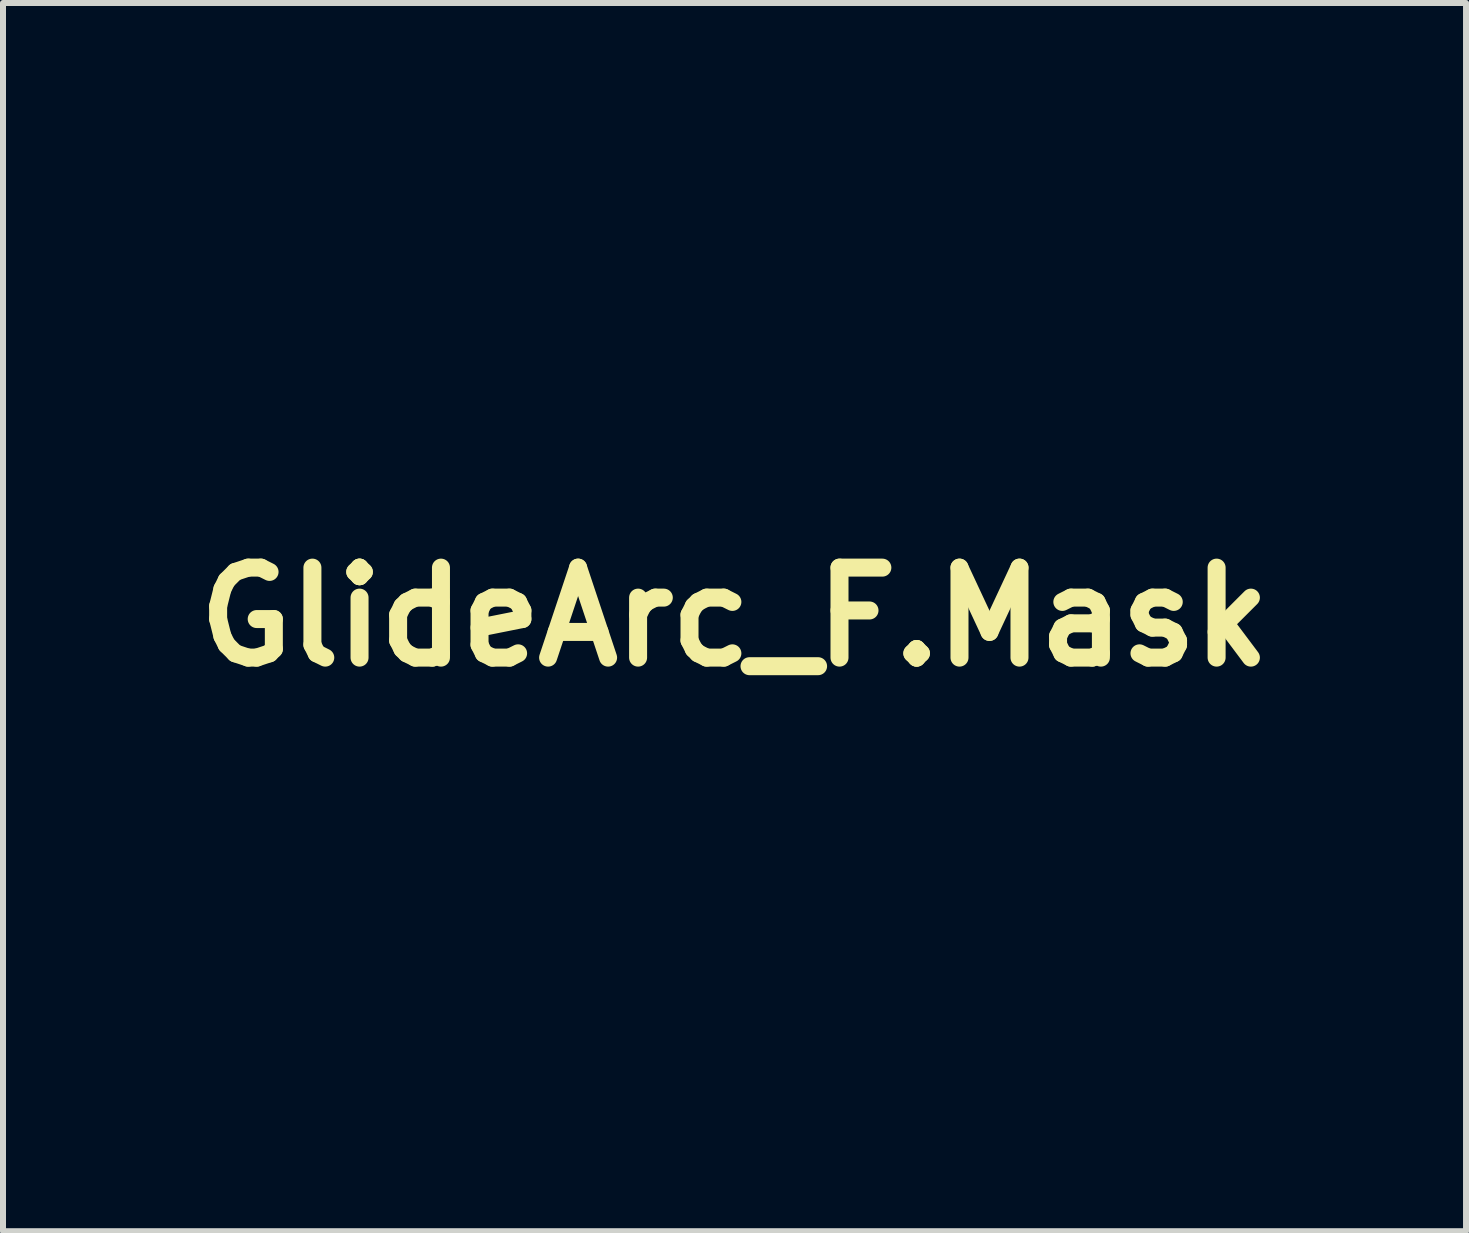
<source format=kicad_pcb>
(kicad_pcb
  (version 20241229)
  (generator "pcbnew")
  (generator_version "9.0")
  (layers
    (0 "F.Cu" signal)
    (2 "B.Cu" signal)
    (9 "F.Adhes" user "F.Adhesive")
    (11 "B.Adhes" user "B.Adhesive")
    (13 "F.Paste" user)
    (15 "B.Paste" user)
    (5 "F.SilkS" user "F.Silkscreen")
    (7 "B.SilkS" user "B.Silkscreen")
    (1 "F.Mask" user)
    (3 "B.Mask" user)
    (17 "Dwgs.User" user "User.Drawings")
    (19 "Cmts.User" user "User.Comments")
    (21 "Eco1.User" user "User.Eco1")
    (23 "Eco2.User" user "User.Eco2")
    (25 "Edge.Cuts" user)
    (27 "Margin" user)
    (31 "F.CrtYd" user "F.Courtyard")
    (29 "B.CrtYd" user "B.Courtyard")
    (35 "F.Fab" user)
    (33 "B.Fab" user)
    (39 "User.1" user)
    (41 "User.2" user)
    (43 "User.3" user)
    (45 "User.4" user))
  (footprint "GlideArc_F.Mask"
    (layer "F.Cu")
    (at 9.193 7.233)
    (property "Reference" "GlideArc_F.Mask" (at 0 0 0) (layer "F.SilkS") (effects (font (size 1.5 1.5) (thickness 0.3))))
    (attr board_only exclude_from_pos_files exclude_from_bom)
    (fp_poly (pts (xy 1.511 -7.191) (xy 1.785 -7.148) (xy 1.994 -7.108) (xy 2.098 -7.079) (xy 2.102 -7.077) (xy 2.107 -6.99) (xy 2.083 -6.8) (xy 2.052 -6.626) (xy 2.01 -6.245) (xy 2.068 -5.95) (xy 2.242 -5.708) (xy 2.548 -5.489) (xy 2.651 -5.432) (xy 3.112 -5.186) (xy 3.269 -5.453) (xy 3.534 -5.775) (xy 3.862 -5.962) (xy 4.234 -6.008) (xy 4.62 -5.914) (xy 4.865 -5.792) (xy 5.118 -5.633) (xy 5.343 -5.465) (xy 5.505 -5.315) (xy 5.568 -5.208) (xy 5.568 -5.207) (xy 5.525 -5.083) (xy 5.416 -4.903) (xy 5.371 -4.841) (xy 5.176 -4.494) (xy 5.126 -4.143) (xy 5.221 -3.777) (xy 5.464 -3.387) (xy 5.512 -3.326) (xy 5.638 -3.186) (xy 5.729 -3.151) (xy 5.847 -3.207) (xy 5.888 -3.233) (xy 6.19 -3.362) (xy 6.539 -3.409) (xy 6.873 -3.37) (xy 7.072 -3.287) (xy 7.338 -3.053) (xy 7.594 -2.705) (xy 7.81 -2.283) (xy 7.815 -2.272) (xy 7.933 -1.988) (xy 7.526 -1.728) (xy 7.181 -1.458) (xy 6.976 -1.169) (xy 6.897 -0.835) (xy 6.917 -0.512) (xy 6.98 -0.116) (xy 7.384 -0.058) (xy 7.81 0.035) (xy 8.118 0.186) (xy 8.324 0.415) (xy 8.444 0.743) (xy 8.494 1.19) (xy 8.498 1.334) (xy 8.505 1.943) (xy 8.118 1.991) (xy 7.66 2.088) (xy 7.324 2.254) (xy 7.093 2.5) (xy 7.028 2.62) (xy 6.896 2.911) (xy 6.836 3.101) (xy 6.847 3.225) (xy 6.933 3.316) (xy 7.065 3.394) (xy 7.415 3.653) (xy 7.643 3.977) (xy 7.735 4.348) (xy 7.736 4.418) (xy 7.704 4.65) (xy 7.625 4.923) (xy 7.517 5.198) (xy 7.397 5.435) (xy 7.282 5.597) (xy 7.202 5.644) (xy 7.082 5.626) (xy 6.864 5.58) (xy 6.635 5.524) (xy 6.352 5.467) (xy 6.099 5.443) (xy 5.961 5.452) (xy 5.806 5.53) (xy 5.593 5.685) (xy 5.368 5.885) (xy 5.366 5.887) (xy 5.111 6.111) (xy 4.931 6.208) (xy 4.829 6.177) (xy 4.805 6.067) (xy 4.862 5.956) (xy 5.009 5.791) (xy 5.21 5.603) (xy 5.43 5.422) (xy 5.632 5.282) (xy 5.775 5.214) (xy 5.976 5.196) (xy 6.272 5.208) (xy 6.61 5.246) (xy 6.937 5.305) (xy 6.948 5.307) (xy 7.068 5.319) (xy 7.155 5.268) (xy 7.242 5.122) (xy 7.31 4.969) (xy 7.405 4.714) (xy 7.464 4.485) (xy 7.475 4.391) (xy 7.416 4.199) (xy 7.263 3.97) (xy 7.053 3.745) (xy 6.823 3.567) (xy 6.706 3.506) (xy 6.586 3.445) (xy 6.523 3.367) (xy 6.516 3.242) (xy 6.568 3.044) (xy 6.679 2.745) (xy 6.737 2.596) (xy 6.925 2.246) (xy 7.182 1.997) (xy 7.537 1.829) (xy 7.831 1.752) (xy 8.255 1.664) (xy 8.224 1.178) (xy 8.166 0.798) (xy 8.035 0.526) (xy 7.814 0.345) (xy 7.483 0.241) (xy 7.026 0.199) (xy 7.024 0.199) (xy 6.848 0.181) (xy 6.759 0.112) (xy 6.71 -0.053) (xy 6.699 -0.114) (xy 6.649 -0.545) (xy 6.651 -0.939) (xy 6.703 -1.254) (xy 6.747 -1.365) (xy 6.873 -1.547) (xy 7.063 -1.753) (xy 7.269 -1.938) (xy 7.444 -2.059) (xy 7.48 -2.074) (xy 7.503 -2.15) (xy 7.455 -2.311) (xy 7.355 -2.517) (xy 7.225 -2.732) (xy 7.084 -2.918) (xy 6.96 -3.032) (xy 6.728 -3.108) (xy 6.43 -3.105) (xy 6.129 -3.03) (xy 5.907 -2.909) (xy 5.75 -2.799) (xy 5.644 -2.747) (xy 5.638 -2.746) (xy 5.558 -2.806) (xy 5.427 -2.963) (xy 5.269 -3.181) (xy 5.109 -3.424) (xy 4.969 -3.657) (xy 4.875 -3.843) (xy 4.853 -3.907) (xy 4.84 -4.194) (xy 4.905 -4.531) (xy 5.029 -4.845) (xy 5.105 -4.966) (xy 5.262 -5.18) (xy 5.015 -5.364) (xy 4.72 -5.565) (xy 4.483 -5.677) (xy 4.255 -5.719) (xy 4.179 -5.721) (xy 3.871 -5.66) (xy 3.619 -5.469) (xy 3.43 -5.182) (xy 3.317 -5) (xy 3.214 -4.895) (xy 3.183 -4.884) (xy 3.075 -4.919) (xy 2.873 -5.01) (xy 2.616 -5.139) (xy 2.558 -5.17) (xy 2.138 -5.446) (xy 1.864 -5.751) (xy 1.732 -6.095) (xy 1.738 -6.487) (xy 1.774 -6.646) (xy 1.787 -6.777) (xy 1.726 -6.863) (xy 1.571 -6.913) (xy 1.299 -6.936) (xy 1.043 -6.94) (xy 0.774 -6.931) (xy 0.597 -6.888) (xy 0.453 -6.791) (xy 0.376 -6.718) (xy 0.243 -6.565) (xy 0.177 -6.407) (xy 0.154 -6.182) (xy 0.153 -6.063) (xy 0.153 -5.631) (xy -0.655 -5.657) (xy -1.015 -5.67) (xy -1.257 -5.688) (xy -1.415 -5.719) (xy -1.525 -5.774) (xy -1.619 -5.86) (xy -1.676 -5.923) (xy -1.841 -6.177) (xy -1.942 -6.464) (xy -1.944 -6.476) (xy -1.991 -6.669) (xy -2.047 -6.779) (xy -2.065 -6.789) (xy -2.241 -6.751) (xy -2.492 -6.654) (xy -2.763 -6.524) (xy -3.003 -6.385) (xy -3.139 -6.281) (xy -3.286 -6.113) (xy -3.343 -5.948) (xy -3.31 -5.746) (xy -3.19 -5.466) (xy -3.159 -5.403) (xy -3.062 -5.2) (xy -3.023 -5.053) (xy -3.059 -4.935) (xy -3.185 -4.82) (xy -3.419 -4.682) (xy -3.686 -4.542) (xy -4.074 -4.36) (xy -4.377 -4.277) (xy -4.627 -4.293) (xy -4.857 -4.41) (xy -5.092 -4.623) (xy -5.43 -4.975) (xy -5.734 -4.681) (xy -5.973 -4.415) (xy -6.16 -4.138) (xy -6.276 -3.888) (xy -6.301 -3.698) (xy -6.295 -3.676) (xy -6.211 -3.565) (xy -6.039 -3.413) (xy -5.872 -3.289) (xy -5.669 -3.134) (xy -5.531 -2.992) (xy -5.492 -2.913) (xy -5.536 -2.779) (xy -5.651 -2.565) (xy -5.811 -2.309) (xy -5.99 -2.051) (xy -6.164 -1.829) (xy -6.306 -1.682) (xy -6.314 -1.675) (xy -6.552 -1.553) (xy -6.828 -1.546) (xy -7.173 -1.652) (xy -7.24 -1.682) (xy -7.447 -1.76) (xy -7.596 -1.787) (xy -7.634 -1.776) (xy -7.704 -1.642) (xy -7.782 -1.406) (xy -7.854 -1.119) (xy -7.908 -0.829) (xy -7.932 -0.586) (xy -7.933 -0.562) (xy -7.934 -0.418) (xy -7.921 -0.321) (xy -7.868 -0.256) (xy -7.749 -0.208) (xy -7.54 -0.164) (xy -7.213 -0.109) (xy -7.094 -0.089) (xy -6.75 -0.031) (xy -6.773 0.614) (xy -6.798 1.086) (xy -6.84 1.428) (xy -6.916 1.659) (xy -7.038 1.801) (xy -7.221 1.876) (xy -7.479 1.904) (xy -7.628 1.907) (xy -7.91 1.921) (xy -8.073 1.976) (xy -8.137 2.103) (xy -8.125 2.33) (xy -8.09 2.525) (xy -8.02 2.834) (xy -7.938 3.127) (xy -7.882 3.289) (xy -7.769 3.572) (xy -7.227 3.388) (xy -6.897 3.279) (xy -6.679 3.224) (xy -6.546 3.221) (xy -6.466 3.27) (xy -6.411 3.371) (xy -6.41 3.375) (xy -6.348 3.522) (xy -6.245 3.765) (xy -6.119 4.061) (xy -6.068 4.18) (xy -5.948 4.463) (xy -5.856 4.69) (xy -5.804 4.826) (xy -5.797 4.849) (xy -5.856 4.904) (xy -6.015 5.02) (xy -6.245 5.176) (xy -6.359 5.252) (xy -6.921 5.619) (xy -6.584 6.07) (xy -6.37 6.345) (xy -6.145 6.614) (xy -5.975 6.801) (xy -5.814 7.001) (xy -5.759 7.151) (xy -5.814 7.231) (xy -5.897 7.238) (xy -5.992 7.181) (xy -6.149 7.039) (xy -6.303 6.876) (xy -6.496 6.647) (xy -6.704 6.38) (xy -6.905 6.106) (xy -7.077 5.857) (xy -7.198 5.663) (xy -7.246 5.555) (xy -7.246 5.553) (xy -7.186 5.485) (xy -7.026 5.359) (xy -6.795 5.199) (xy -6.684 5.127) (xy -6.122 4.767) (xy -6.377 4.195) (xy -6.497 3.923) (xy -6.593 3.706) (xy -6.647 3.581) (xy -6.653 3.567) (xy -6.73 3.559) (xy -6.913 3.593) (xy -7.163 3.66) (xy -7.17 3.662) (xy -7.442 3.739) (xy -7.67 3.794) (xy -7.798 3.813) (xy -7.929 3.742) (xy -8.062 3.547) (xy -8.186 3.256) (xy -8.293 2.896) (xy -8.371 2.495) (xy -8.41 2.098) (xy -8.429 1.718) (xy -7.821 1.657) (xy -7.529 1.618) (xy -7.299 1.568) (xy -7.17 1.518) (xy -7.158 1.506) (xy -7.118 1.376) (xy -7.078 1.146) (xy -7.045 0.871) (xy -7.025 0.602) (xy -7.023 0.394) (xy -7.03 0.335) (xy -7.079 0.248) (xy -7.209 0.184) (xy -7.45 0.131) (xy -7.55 0.114) (xy -7.834 0.061) (xy -8.007 -0.003) (xy -8.109 -0.096) (xy -8.144 -0.153) (xy -8.21 -0.412) (xy -8.201 -0.779) (xy -8.118 -1.23) (xy -8.005 -1.621) (xy -7.903 -1.904) (xy -7.805 -2.067) (xy -7.675 -2.124) (xy -7.481 -2.086) (xy -7.188 -1.966) (xy -7.143 -1.947) (xy -6.897 -1.853) (xy -6.694 -1.803) (xy -6.597 -1.803) (xy -6.51 -1.878) (xy -6.367 -2.04) (xy -6.196 -2.251) (xy -6.027 -2.475) (xy -5.888 -2.674) (xy -5.807 -2.812) (xy -5.797 -2.844) (xy -5.854 -2.907) (xy -6.001 -3.03) (xy -6.178 -3.165) (xy -6.39 -3.329) (xy -6.504 -3.456) (xy -6.551 -3.593) (xy -6.56 -3.775) (xy -6.542 -3.981) (xy -6.473 -4.174) (xy -6.333 -4.401) (xy -6.224 -4.55) (xy -6.017 -4.804) (xy -5.803 -5.033) (xy -5.637 -5.181) (xy -5.386 -5.366) (xy -5.032 -4.971) (xy -4.784 -4.728) (xy -4.557 -4.6) (xy -4.316 -4.585) (xy -4.024 -4.678) (xy -3.74 -4.823) (xy -3.295 -5.069) (xy -3.484 -5.442) (xy -3.61 -5.764) (xy -3.618 -6.038) (xy -3.508 -6.316) (xy -3.459 -6.395) (xy -3.309 -6.539) (xy -3.057 -6.697) (xy -2.749 -6.846) (xy -2.434 -6.965) (xy -2.156 -7.031) (xy -2.098 -7.037) (xy -1.803 -7.056) (xy -1.693 -6.61) (xy -1.581 -6.284) (xy -1.418 -6.066) (xy -1.178 -5.937) (xy -0.833 -5.881) (xy -0.591 -5.874) (xy -0.076 -5.873) (xy -0.076 -6.285) (xy -0.062 -6.554) (xy -0.004 -6.738) (xy 0.12 -6.906) (xy 0.14 -6.927) (xy 0.376 -7.111) (xy 0.677 -7.212) (xy 1.068 -7.233)) (stroke (width 0) (type solid)) (fill yes) (layer "F.Mask")))
  (gr_rect
    (start -3 -3)
    (end 21.386 17.472)
    (stroke (width 0.1) (type default))
    (fill no)
    (layer "Edge.Cuts")))
</source>
